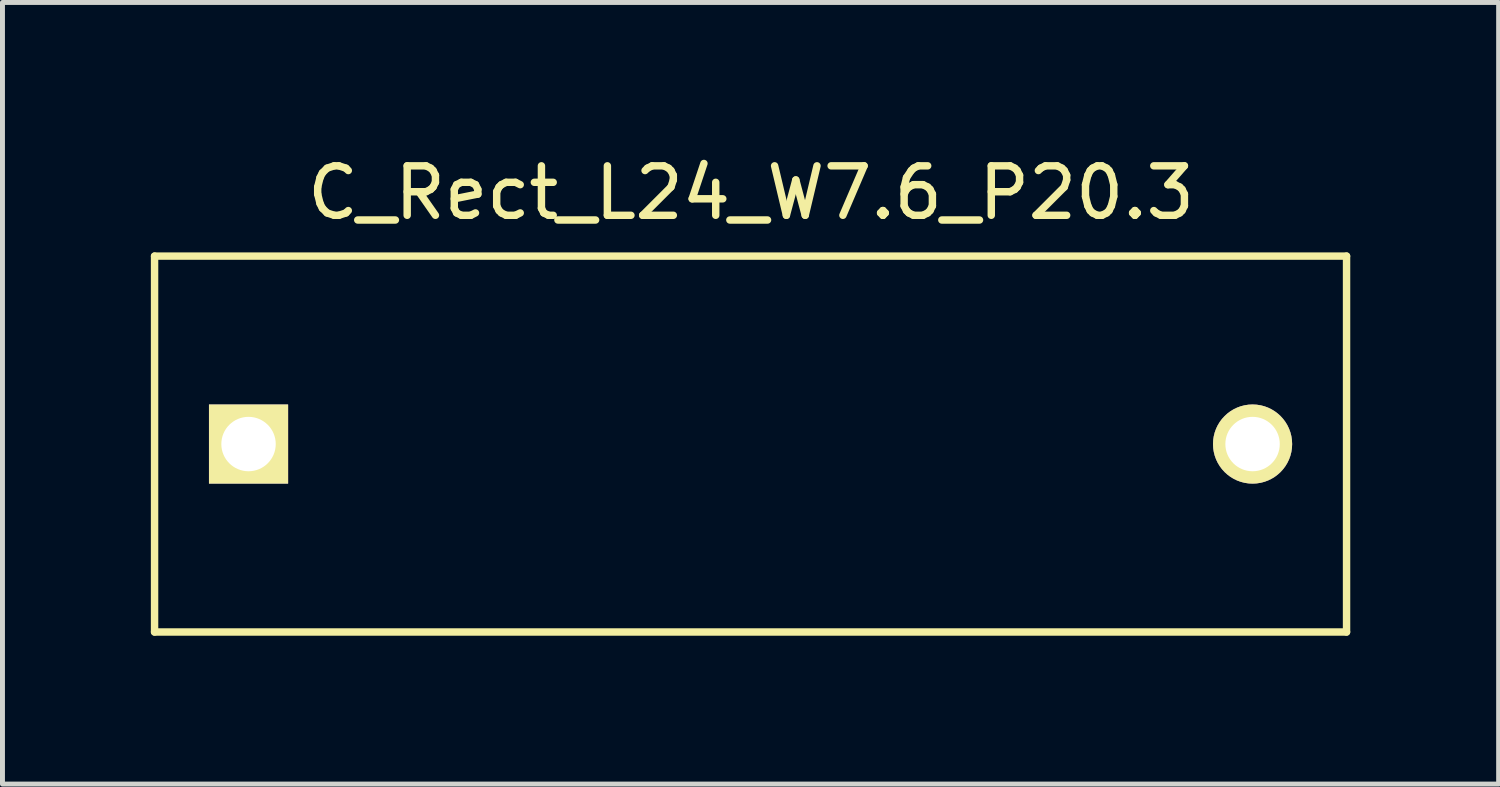
<source format=kicad_pcb>
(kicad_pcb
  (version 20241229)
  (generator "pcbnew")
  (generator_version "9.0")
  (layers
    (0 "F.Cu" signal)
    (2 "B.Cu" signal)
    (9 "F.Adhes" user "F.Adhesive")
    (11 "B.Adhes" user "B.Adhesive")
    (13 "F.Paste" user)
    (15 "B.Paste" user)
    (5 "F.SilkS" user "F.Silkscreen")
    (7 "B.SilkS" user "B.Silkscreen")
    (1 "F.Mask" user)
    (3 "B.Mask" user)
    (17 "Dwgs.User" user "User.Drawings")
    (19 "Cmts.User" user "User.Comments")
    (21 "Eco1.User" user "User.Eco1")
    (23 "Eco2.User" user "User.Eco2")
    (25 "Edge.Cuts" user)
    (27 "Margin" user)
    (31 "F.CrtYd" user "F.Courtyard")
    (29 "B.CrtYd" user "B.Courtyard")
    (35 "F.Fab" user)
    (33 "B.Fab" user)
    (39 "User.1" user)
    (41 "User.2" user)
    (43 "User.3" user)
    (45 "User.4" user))
  (footprint "C_Rect_L24_W7.6_P20.3"
    (layer "F.Cu")
    (at 1.975 5.928)
    (property "Reference" "C_Rect_L24_W7.6_P20.3" (at 10.16 -5.08 0) (layer "F.SilkS") (effects (font (size 1 1) (thickness 0.15))))
    (attr through_hole)
    (fp_line (start -1.9 -3.8) (end -1.9 3.8) (stroke (width 0.15) (type solid)) (layer "F.SilkS"))
    (fp_line (start -1.9 -3.8) (end 22.2 -3.8) (stroke (width 0.15) (type solid)) (layer "F.SilkS"))
    (fp_line (start 22.2 -3.8) (end 22.2 3.8) (stroke (width 0.15) (type solid)) (layer "F.SilkS"))
    (fp_line (start 22.2 3.8) (end -1.9 3.8) (stroke (width 0.15) (type solid)) (layer "F.SilkS"))
    (pad "1" thru_hole rect (at 0 0) (size 1.6 1.6) (drill 1.1) (layers "*.Cu" "*.Mask" "F.SilkS"))
    (pad "2" thru_hole circle (at 20.3 0) (size 1.6 1.6) (drill 1.1) (layers "*.Cu" "*.Mask" "F.SilkS")))
  (gr_rect
    (start -3 -3)
    (end 27.25 12.803)
    (stroke (width 0.1) (type default))
    (fill no)
    (layer "Edge.Cuts")))
</source>
